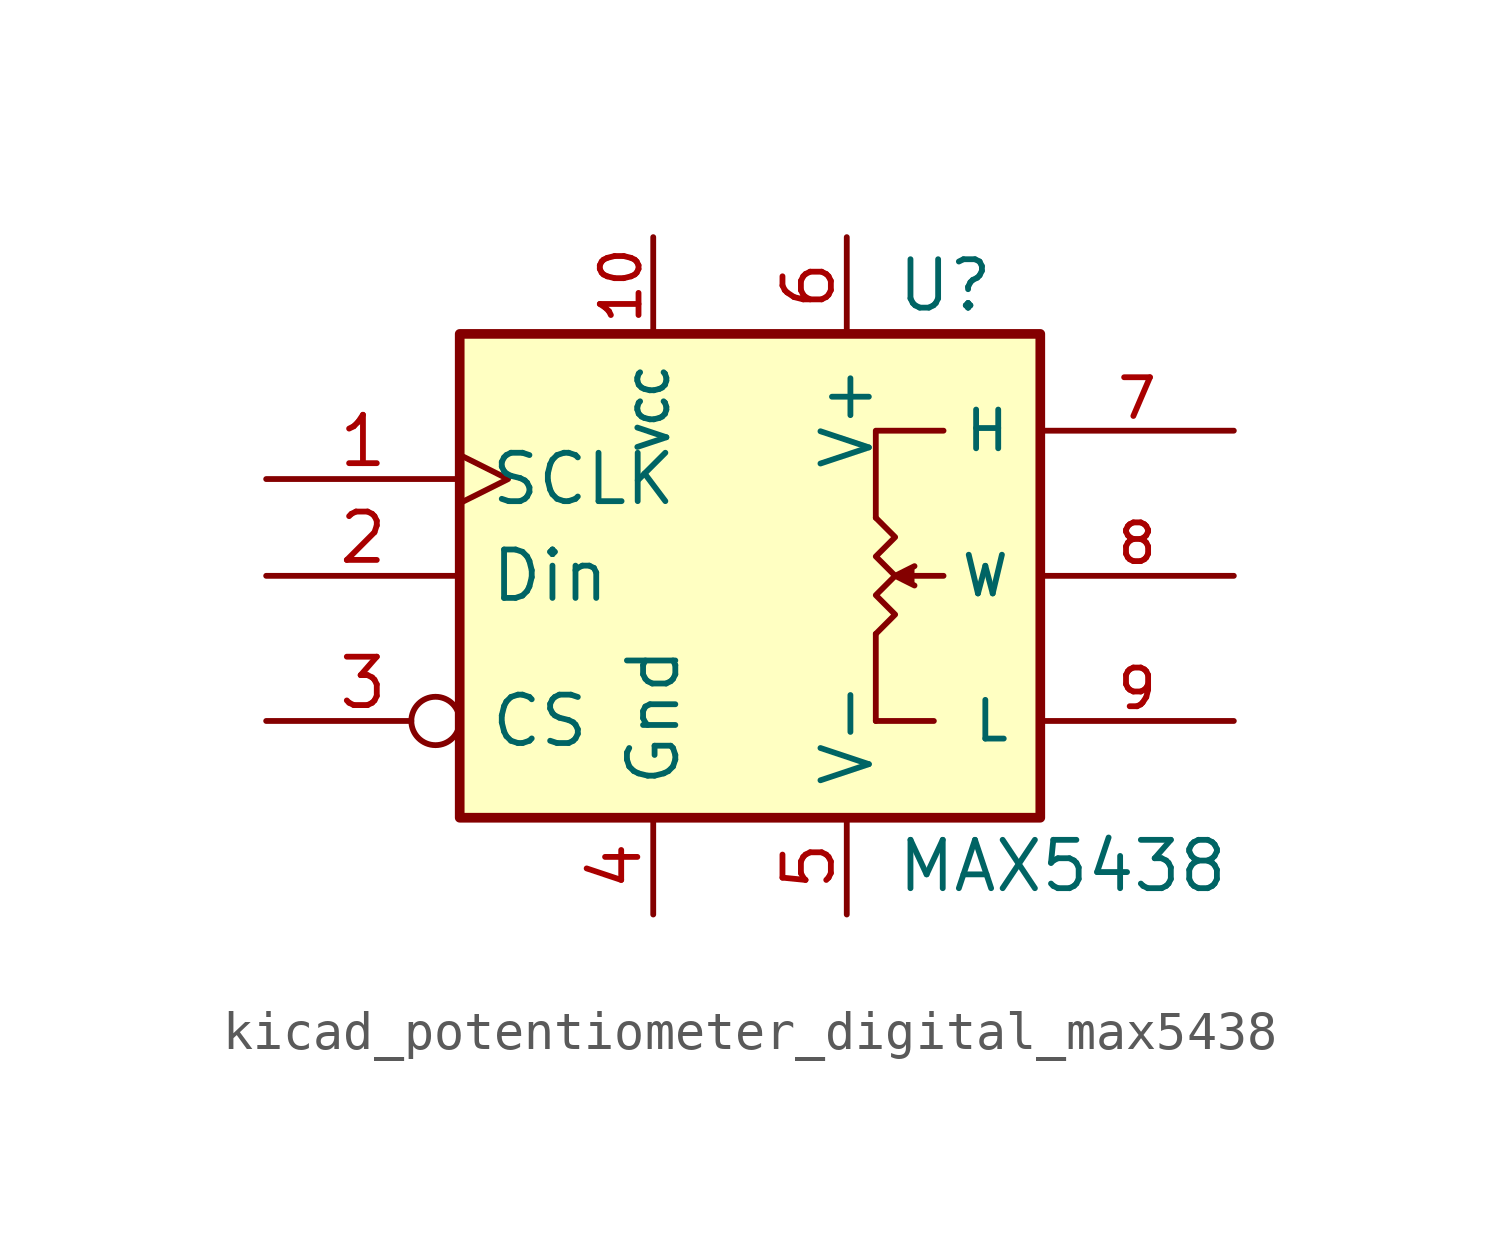
<source format=kicad_sym>
(kicad_symbol_lib
  (version 20220914)
  (generator kicad_symbol_editor)
  (symbol "kicad_potentiometer_digital_max5438"
    (pin_names
      (offset 0.762))
    (property "Reference" "U"
      (at 3.81 7.62 0)
      (effects (font (size 1.27 1.27)) (justify left)))
    (property "Value" "MAX5438"
      (at 3.81 -7.62 0)
      (effects (font (size 1.27 1.27)) (justify left)))
    (symbol "kicad_potentiometer_digital_max5438_0_1"
      (rectangle (start -7.62 6.35) (end 7.62 -6.35) (stroke (width 0.254) (type default)) (fill (type background)))
      (polyline (pts (xy 3.302 -1.524) (xy 3.302 -3.81)) (stroke (width 0) (type default)) (fill (type none)))
      (polyline (pts (xy 4.826 -3.81) (xy 3.302 -3.81)) (stroke (width 0) (type default)) (fill (type none)))
      (polyline (pts (xy 5.08 0) (xy 4.318 0)) (stroke (width 0) (type default)) (fill (type none)))
      (polyline (pts (xy 3.302 1.524) (xy 3.302 3.81) (xy 5.08 3.81)) (stroke (width 0) (type default)) (fill (type none)))
      (polyline (pts (xy 4.318 -0.254) (xy 3.81 0) (xy 4.318 0.254)) (stroke (width 0) (type default)) (fill (type outline)))
      (polyline (pts (xy 3.81 0) (xy 3.302 0.508) (xy 3.81 1.016) (xy 3.302 1.524)) (stroke (width 0) (type default)) (fill (type none)))
      (polyline (pts (xy 3.81 0) (xy 3.302 -0.508) (xy 3.81 -1.016) (xy 3.302 -1.524) (xy 3.302 -1.524)) (stroke (width 0) (type default)) (fill (type none))))
    (symbol "kicad_potentiometer_digital_max5438_1_1"
      (pin input clock (at -12.7 2.54 0) (length 5.08) (name "SCLK" (effects (font (size 1.27 1.27)))) (number "1" (effects (font (size 1.27 1.27)))))
      (pin power_in line (at -2.54 8.89 270) (length 2.54) (name "VCC" (effects (font (size 0.762 0.762)))) (number "10" (effects (font (size 1.016 1.016)))))
      (pin input line (at -12.7 0 0) (length 5.08) (name "Din" (effects (font (size 1.27 1.27)))) (number "2" (effects (font (size 1.27 1.27)))))
      (pin input inverted (at -12.7 -3.81 0) (length 5.08) (name "CS" (effects (font (size 1.27 1.27)))) (number "3" (effects (font (size 1.27 1.27)))))
      (pin power_in line (at -2.54 -8.89 90) (length 2.54) (name "Gnd" (effects (font (size 1.27 1.27)))) (number "4" (effects (font (size 1.27 1.27)))))
      (pin power_in line (at 2.54 -8.89 90) (length 2.54) (name "V-" (effects (font (size 1.27 1.27)))) (number "5" (effects (font (size 1.27 1.27)))))
      (pin power_in line (at 2.54 8.89 270) (length 2.54) (name "V+" (effects (font (size 1.27 1.27)))) (number "6" (effects (font (size 1.27 1.27)))))
      (pin passive line (at 12.7 3.81 180) (length 5.08) (name "H" (effects (font (size 1.016 1.016)))) (number "7" (effects (font (size 1.016 1.016)))))
      (pin passive line (at 12.7 0 180) (length 5.08) (name "W" (effects (font (size 1.016 1.016)))) (number "8" (effects (font (size 1.016 1.016)))))
      (pin passive line (at 12.7 -3.81 180) (length 5.08) (name "L" (effects (font (size 1.016 1.016)))) (number "9" (effects (font (size 1.016 1.016))))))))
</source>
